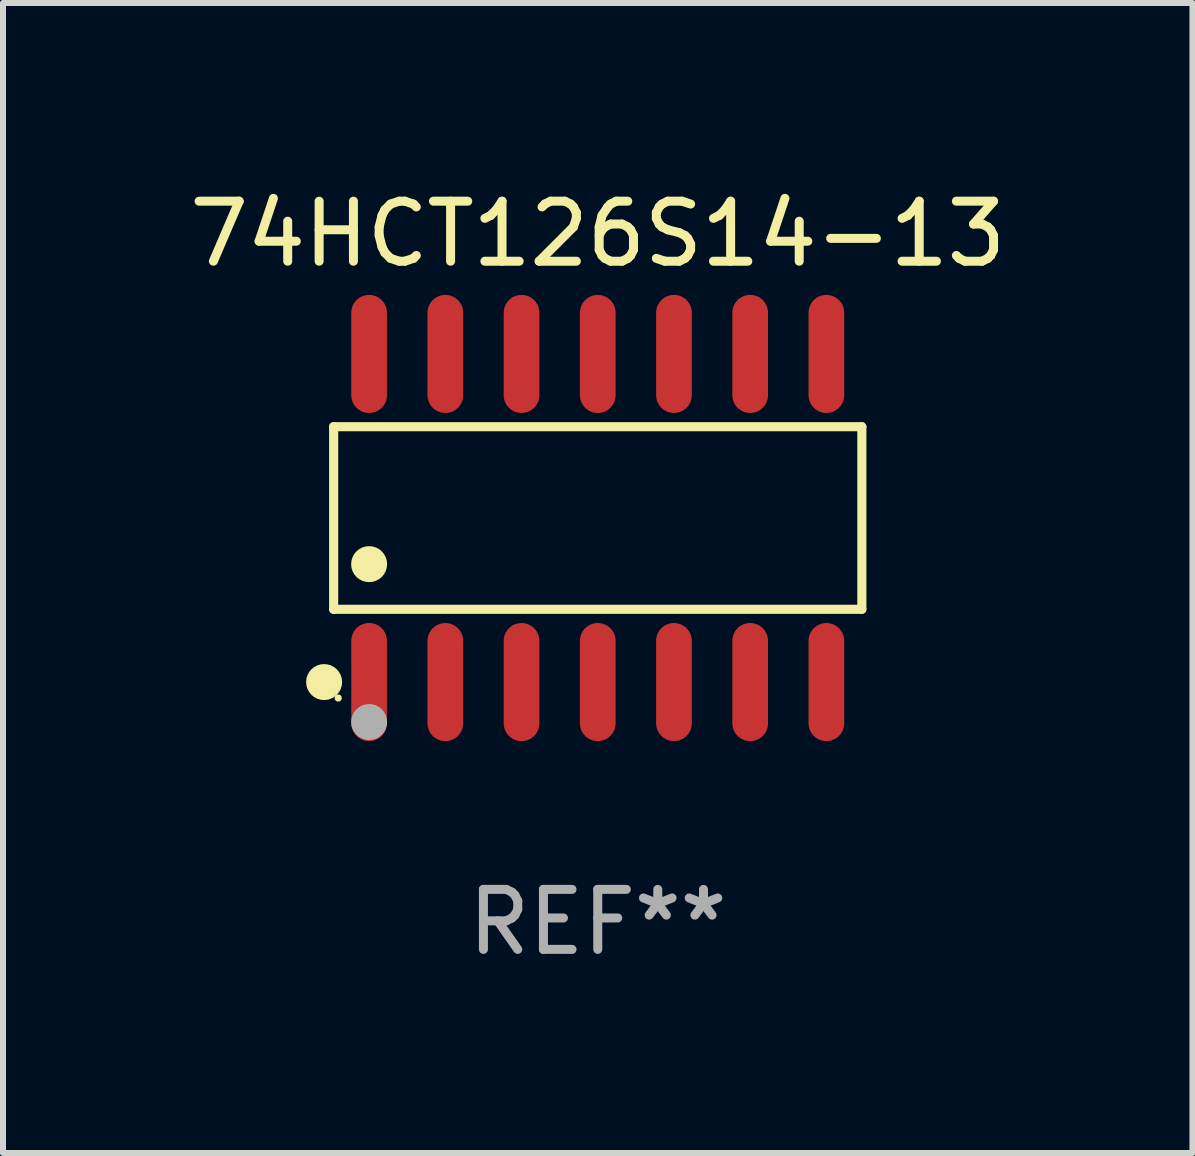
<source format=kicad_pcb>
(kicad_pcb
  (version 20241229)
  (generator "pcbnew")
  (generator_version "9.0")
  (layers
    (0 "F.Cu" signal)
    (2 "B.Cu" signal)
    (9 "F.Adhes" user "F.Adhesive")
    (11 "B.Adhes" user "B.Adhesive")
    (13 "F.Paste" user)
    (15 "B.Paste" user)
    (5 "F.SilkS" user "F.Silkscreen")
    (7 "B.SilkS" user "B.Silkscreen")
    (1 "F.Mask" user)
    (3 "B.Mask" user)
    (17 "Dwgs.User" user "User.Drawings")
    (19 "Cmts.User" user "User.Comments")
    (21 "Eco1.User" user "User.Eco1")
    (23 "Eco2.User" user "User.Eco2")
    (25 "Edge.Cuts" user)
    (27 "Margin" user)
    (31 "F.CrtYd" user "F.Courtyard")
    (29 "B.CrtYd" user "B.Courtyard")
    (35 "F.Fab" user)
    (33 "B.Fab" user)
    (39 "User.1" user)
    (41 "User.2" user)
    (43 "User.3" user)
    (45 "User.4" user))
  (footprint "74HCT126S14-13"
    (layer "F.Cu")
    (at 6.911 5.582)
    (property "Reference" "74HCT126S14-13" (at 0 -4.734 0) (layer "F.SilkS") (effects (font (size 1 1) (thickness 0.15))))
    (attr through_hole)
    (fp_line (start -4.401 -1.521) (end 4.401 -1.521) (stroke (width 0.152) (type solid)) (layer "F.SilkS"))
    (fp_line (start -4.401 1.521) (end -4.401 -1.521) (stroke (width 0.152) (type solid)) (layer "F.SilkS"))
    (fp_line (start 4.401 -1.521) (end 4.401 1.521) (stroke (width 0.152) (type solid)) (layer "F.SilkS"))
    (fp_line (start 4.401 1.521) (end -4.401 1.521) (stroke (width 0.152) (type solid)) (layer "F.SilkS"))
    (fp_circle (center -4.56 2.734) (end -4.41 2.734) (stroke (width 0.3) (type solid)) (fill no) (layer "F.SilkS"))
    (fp_circle (center -4.325 3) (end -4.295 3) (stroke (width 0.06) (type solid)) (fill no) (layer "F.SilkS"))
    (fp_circle (center -3.81 0.769) (end -3.66 0.769) (stroke (width 0.3) (type solid)) (fill no) (layer "F.SilkS"))
    (fp_circle (center -3.81 3.4) (end -3.66 3.4) (stroke (width 0.3) (type solid)) (fill no) (layer "F.Fab"))
    (fp_text user "REF**" (at 0 6.734 0) (layer "F.Fab") (effects (font (size 1 1) (thickness 0.15))))
    (pad "1" smd oval (at -3.81 2.734) (size 0.595 1.968) (layers "F.Cu" "F.Mask" "F.Paste"))
    (pad "2" smd oval (at -2.54 2.734) (size 0.595 1.968) (layers "F.Cu" "F.Mask" "F.Paste"))
    (pad "3" smd oval (at -1.27 2.734) (size 0.595 1.968) (layers "F.Cu" "F.Mask" "F.Paste"))
    (pad "4" smd oval (at 0 2.734) (size 0.595 1.968) (layers "F.Cu" "F.Mask" "F.Paste"))
    (pad "5" smd oval (at 1.27 2.734) (size 0.595 1.968) (layers "F.Cu" "F.Mask" "F.Paste"))
    (pad "6" smd oval (at 2.54 2.734) (size 0.595 1.968) (layers "F.Cu" "F.Mask" "F.Paste"))
    (pad "7" smd oval (at 3.81 2.734) (size 0.595 1.968) (layers "F.Cu" "F.Mask" "F.Paste"))
    (pad "8" smd oval (at 3.81 -2.734) (size 0.595 1.968) (layers "F.Cu" "F.Mask" "F.Paste"))
    (pad "9" smd oval (at 2.54 -2.734) (size 0.595 1.968) (layers "F.Cu" "F.Mask" "F.Paste"))
    (pad "10" smd oval (at 1.27 -2.734) (size 0.595 1.968) (layers "F.Cu" "F.Mask" "F.Paste"))
    (pad "11" smd oval (at 0 -2.734) (size 0.595 1.968) (layers "F.Cu" "F.Mask" "F.Paste"))
    (pad "12" smd oval (at -1.27 -2.734) (size 0.595 1.968) (layers "F.Cu" "F.Mask" "F.Paste"))
    (pad "13" smd oval (at -2.54 -2.734) (size 0.595 1.968) (layers "F.Cu" "F.Mask" "F.Paste"))
    (pad "14" smd oval (at -3.81 -2.734) (size 0.595 1.968) (layers "F.Cu" "F.Mask" "F.Paste")))
  (gr_rect
    (start -3 -3)
    (end 16.821 16.164)
    (stroke (width 0.1) (type default))
    (fill no)
    (layer "Edge.Cuts")))
</source>
